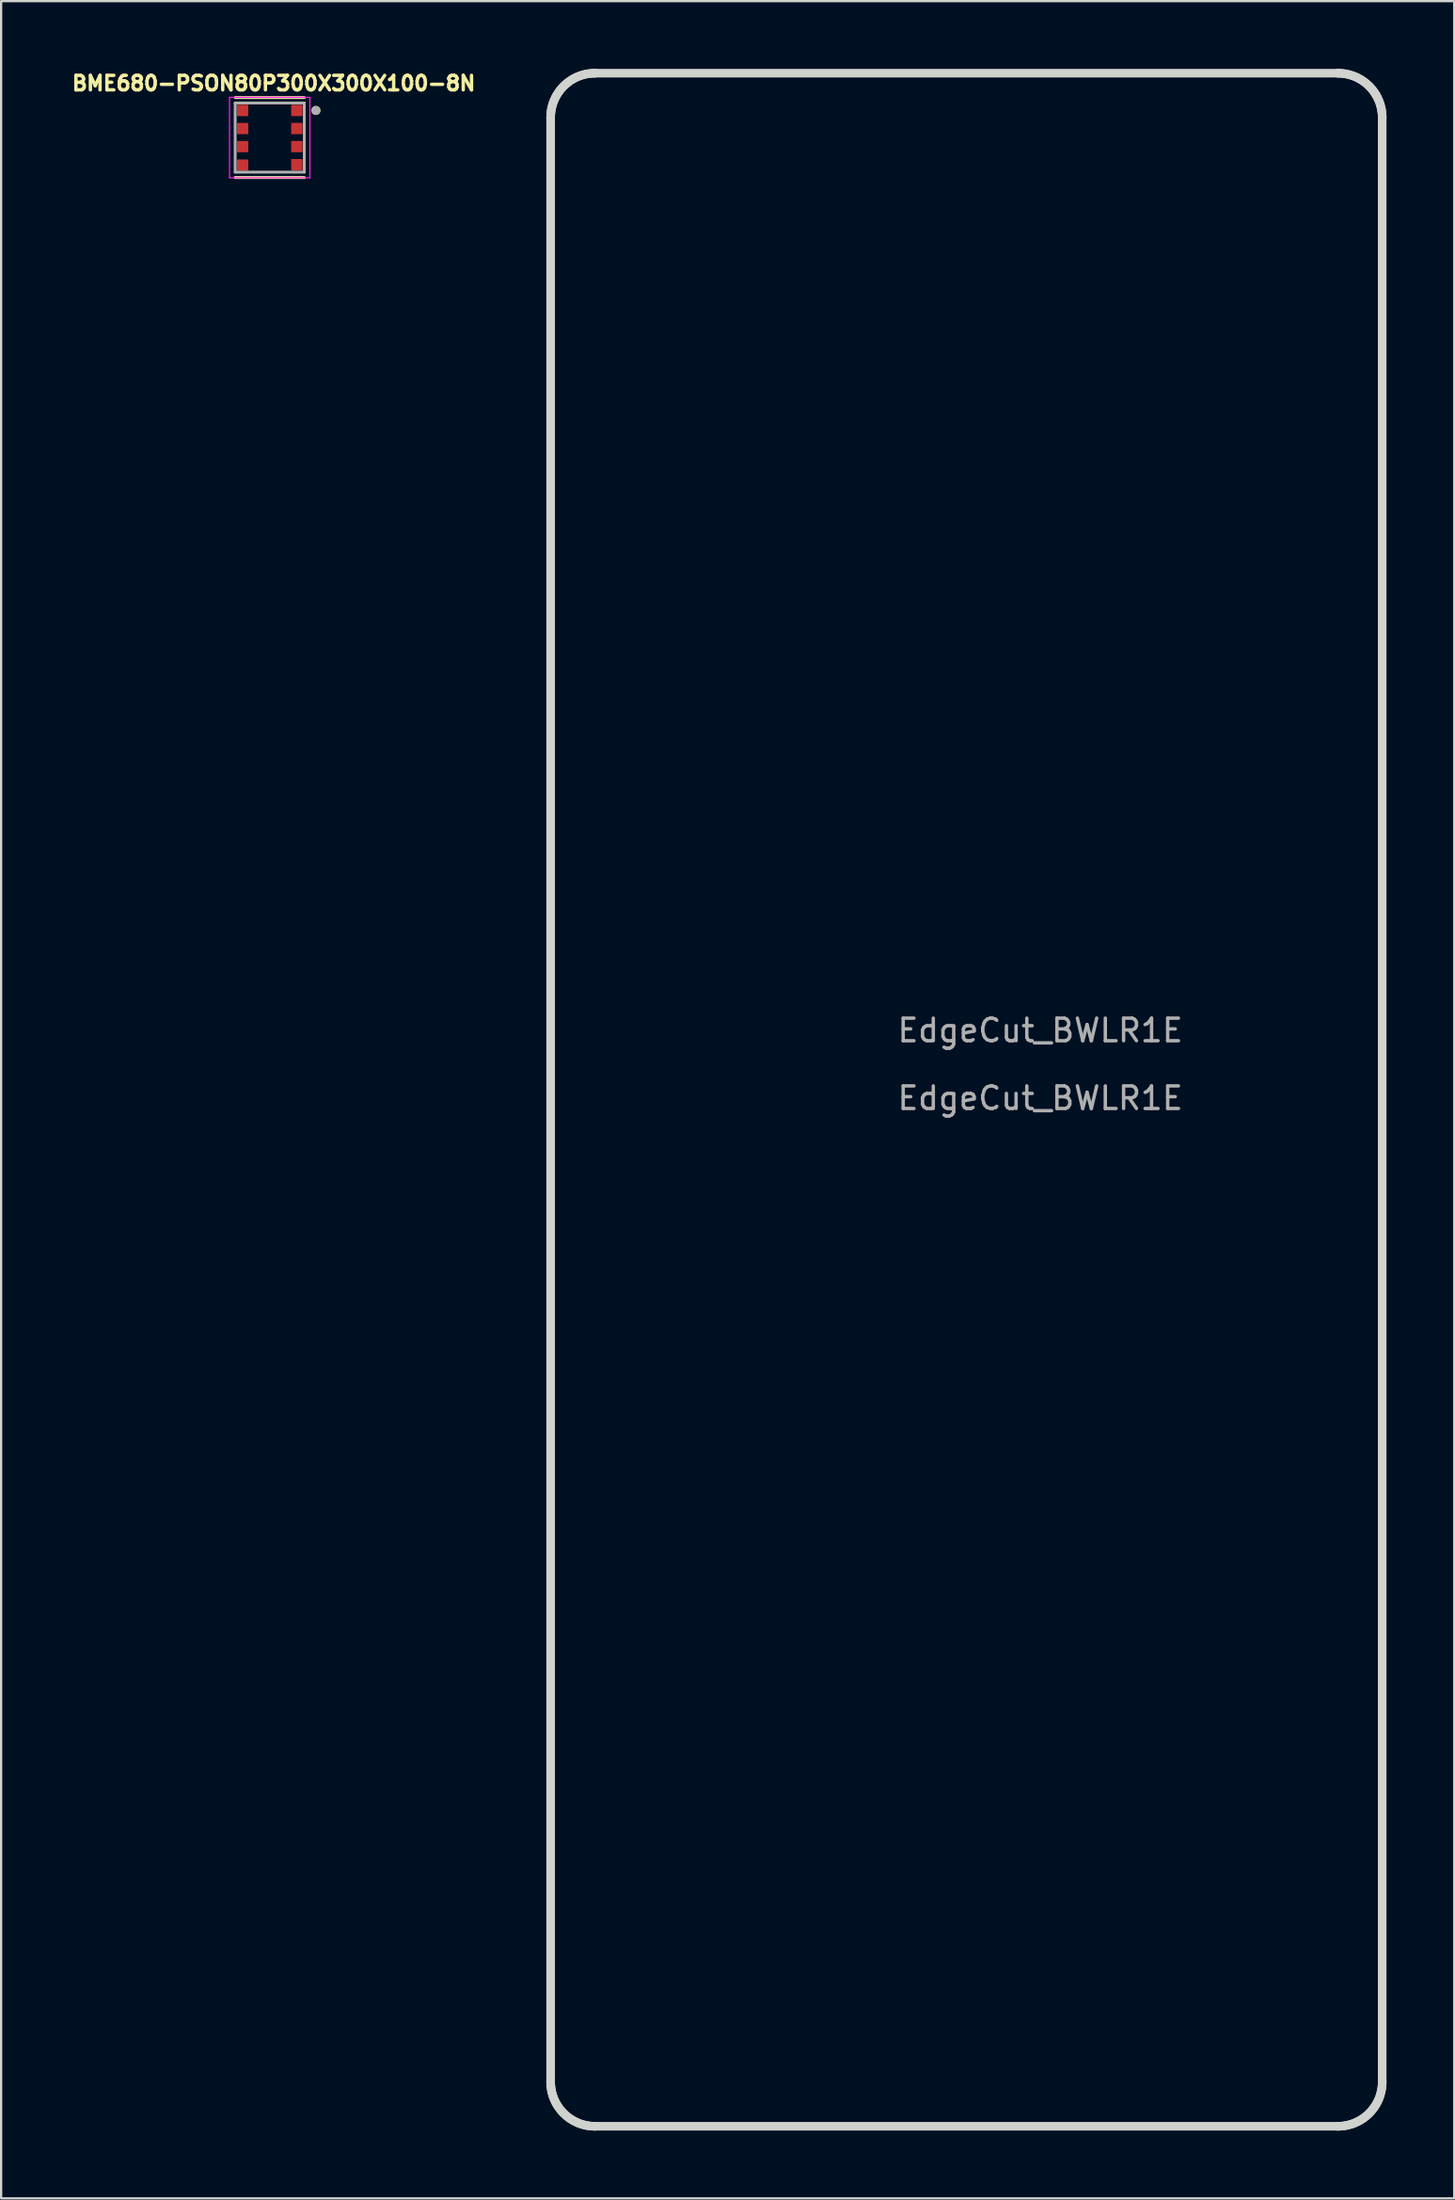
<source format=kicad_pcb>
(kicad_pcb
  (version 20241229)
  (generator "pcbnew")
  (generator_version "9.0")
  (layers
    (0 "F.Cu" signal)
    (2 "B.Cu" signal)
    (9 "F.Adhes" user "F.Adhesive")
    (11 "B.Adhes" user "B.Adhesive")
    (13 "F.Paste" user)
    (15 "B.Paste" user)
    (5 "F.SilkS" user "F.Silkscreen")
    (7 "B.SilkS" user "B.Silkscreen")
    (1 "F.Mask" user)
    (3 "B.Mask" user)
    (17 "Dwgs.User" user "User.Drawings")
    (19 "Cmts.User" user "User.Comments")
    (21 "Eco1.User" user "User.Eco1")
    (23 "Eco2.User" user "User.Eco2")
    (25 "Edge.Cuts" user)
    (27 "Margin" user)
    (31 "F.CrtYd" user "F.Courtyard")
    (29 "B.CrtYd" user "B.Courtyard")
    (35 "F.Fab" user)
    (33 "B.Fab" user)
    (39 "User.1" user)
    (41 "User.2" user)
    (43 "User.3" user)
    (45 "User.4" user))
  (footprint "EdgeCut_BWLR1E"
    (layer "F.Cu")
    (at 43.022 43.065)
    (property "Reference" "EdgeCut_BWLR1E" (at 0 -0.5 0) (unlocked yes) (layer "F.Fab") (effects (font (size 1 1) (thickness 0.15))))
    (attr smd)
    (fp_line (start -21.685 -40.912) (end -21.685 -40.912) (stroke (width 0.381) (type solid)) (layer "Edge.Cuts"))
    (fp_line (start -21.685 -40.912) (end -21.685 -40.912) (stroke (width 0.381) (type solid)) (layer "Edge.Cuts"))
    (fp_line (start -21.685 -40.912) (end -21.682 -41.013) (stroke (width 0.381) (type solid)) (layer "Edge.Cuts"))
    (fp_line (start -21.685 46.047) (end -21.685 -40.912) (stroke (width 0.381) (type solid)) (layer "Edge.Cuts"))
    (fp_line (start -21.685 46.047) (end -21.685 46.047) (stroke (width 0.381) (type solid)) (layer "Edge.Cuts"))
    (fp_line (start -21.682 -41.013) (end -21.675 -41.112) (stroke (width 0.381) (type solid)) (layer "Edge.Cuts"))
    (fp_line (start -21.682 46.148) (end -21.685 46.047) (stroke (width 0.381) (type solid)) (layer "Edge.Cuts"))
    (fp_line (start -21.675 -41.112) (end -21.662 -41.211) (stroke (width 0.381) (type solid)) (layer "Edge.Cuts"))
    (fp_line (start -21.675 46.247) (end -21.682 46.148) (stroke (width 0.381) (type solid)) (layer "Edge.Cuts"))
    (fp_line (start -21.662 -41.211) (end -21.645 -41.307) (stroke (width 0.381) (type solid)) (layer "Edge.Cuts"))
    (fp_line (start -21.662 46.346) (end -21.675 46.247) (stroke (width 0.381) (type solid)) (layer "Edge.Cuts"))
    (fp_line (start -21.645 -41.307) (end -21.623 -41.402) (stroke (width 0.381) (type solid)) (layer "Edge.Cuts"))
    (fp_line (start -21.645 46.442) (end -21.662 46.346) (stroke (width 0.381) (type solid)) (layer "Edge.Cuts"))
    (fp_line (start -21.623 -41.402) (end -21.597 -41.495) (stroke (width 0.381) (type solid)) (layer "Edge.Cuts"))
    (fp_line (start -21.623 46.537) (end -21.645 46.442) (stroke (width 0.381) (type solid)) (layer "Edge.Cuts"))
    (fp_line (start -21.597 -41.495) (end -21.566 -41.587) (stroke (width 0.381) (type solid)) (layer "Edge.Cuts"))
    (fp_line (start -21.597 46.631) (end -21.623 46.537) (stroke (width 0.381) (type solid)) (layer "Edge.Cuts"))
    (fp_line (start -21.566 -41.587) (end -21.53 -41.676) (stroke (width 0.381) (type solid)) (layer "Edge.Cuts"))
    (fp_line (start -21.566 46.722) (end -21.597 46.631) (stroke (width 0.381) (type solid)) (layer "Edge.Cuts"))
    (fp_line (start -21.53 -41.676) (end -21.491 -41.763) (stroke (width 0.381) (type solid)) (layer "Edge.Cuts"))
    (fp_line (start -21.53 46.811) (end -21.566 46.722) (stroke (width 0.381) (type solid)) (layer "Edge.Cuts"))
    (fp_line (start -21.491 -41.763) (end -21.448 -41.847) (stroke (width 0.381) (type solid)) (layer "Edge.Cuts"))
    (fp_line (start -21.491 46.898) (end -21.53 46.811) (stroke (width 0.381) (type solid)) (layer "Edge.Cuts"))
    (fp_line (start -21.448 -41.847) (end -21.401 -41.93) (stroke (width 0.381) (type solid)) (layer "Edge.Cuts"))
    (fp_line (start -21.448 46.983) (end -21.491 46.898) (stroke (width 0.381) (type solid)) (layer "Edge.Cuts"))
    (fp_line (start -21.401 -41.93) (end -21.349 -42.009) (stroke (width 0.381) (type solid)) (layer "Edge.Cuts"))
    (fp_line (start -21.401 47.065) (end -21.448 46.983) (stroke (width 0.381) (type solid)) (layer "Edge.Cuts"))
    (fp_line (start -21.349 -42.009) (end -21.295 -42.086) (stroke (width 0.381) (type solid)) (layer "Edge.Cuts"))
    (fp_line (start -21.349 47.144) (end -21.401 47.065) (stroke (width 0.381) (type solid)) (layer "Edge.Cuts"))
    (fp_line (start -21.295 -42.086) (end -21.236 -42.161) (stroke (width 0.381) (type solid)) (layer "Edge.Cuts"))
    (fp_line (start -21.295 47.221) (end -21.349 47.144) (stroke (width 0.381) (type solid)) (layer "Edge.Cuts"))
    (fp_line (start -21.236 -42.161) (end -21.175 -42.232) (stroke (width 0.381) (type solid)) (layer "Edge.Cuts"))
    (fp_line (start -21.236 47.296) (end -21.295 47.221) (stroke (width 0.381) (type solid)) (layer "Edge.Cuts"))
    (fp_line (start -21.175 -42.232) (end -21.11 -42.3) (stroke (width 0.381) (type solid)) (layer "Edge.Cuts"))
    (fp_line (start -21.175 47.367) (end -21.236 47.296) (stroke (width 0.381) (type solid)) (layer "Edge.Cuts"))
    (fp_line (start -21.11 -42.3) (end -21.042 -42.365) (stroke (width 0.381) (type solid)) (layer "Edge.Cuts"))
    (fp_line (start -21.11 47.435) (end -21.175 47.367) (stroke (width 0.381) (type solid)) (layer "Edge.Cuts"))
    (fp_line (start -21.042 -42.365) (end -20.97 -42.427) (stroke (width 0.381) (type solid)) (layer "Edge.Cuts"))
    (fp_line (start -21.042 47.5) (end -21.11 47.435) (stroke (width 0.381) (type solid)) (layer "Edge.Cuts"))
    (fp_line (start -20.97 -42.427) (end -20.896 -42.485) (stroke (width 0.381) (type solid)) (layer "Edge.Cuts"))
    (fp_line (start -20.97 47.562) (end -21.042 47.5) (stroke (width 0.381) (type solid)) (layer "Edge.Cuts"))
    (fp_line (start -20.896 -42.485) (end -20.819 -42.54) (stroke (width 0.381) (type solid)) (layer "Edge.Cuts"))
    (fp_line (start -20.896 47.62) (end -20.97 47.562) (stroke (width 0.381) (type solid)) (layer "Edge.Cuts"))
    (fp_line (start -20.819 -42.54) (end -20.74 -42.591) (stroke (width 0.381) (type solid)) (layer "Edge.Cuts"))
    (fp_line (start -20.819 47.675) (end -20.896 47.62) (stroke (width 0.381) (type solid)) (layer "Edge.Cuts"))
    (fp_line (start -20.74 -42.591) (end -20.657 -42.638) (stroke (width 0.381) (type solid)) (layer "Edge.Cuts"))
    (fp_line (start -20.74 47.726) (end -20.819 47.675) (stroke (width 0.381) (type solid)) (layer "Edge.Cuts"))
    (fp_line (start -20.657 -42.638) (end -20.573 -42.681) (stroke (width 0.381) (type solid)) (layer "Edge.Cuts"))
    (fp_line (start -20.657 47.773) (end -20.74 47.726) (stroke (width 0.381) (type solid)) (layer "Edge.Cuts"))
    (fp_line (start -20.573 -42.681) (end -20.486 -42.721) (stroke (width 0.381) (type solid)) (layer "Edge.Cuts"))
    (fp_line (start -20.573 47.816) (end -20.657 47.773) (stroke (width 0.381) (type solid)) (layer "Edge.Cuts"))
    (fp_line (start -20.486 -42.721) (end -20.397 -42.756) (stroke (width 0.381) (type solid)) (layer "Edge.Cuts"))
    (fp_line (start -20.486 47.856) (end -20.573 47.816) (stroke (width 0.381) (type solid)) (layer "Edge.Cuts"))
    (fp_line (start -20.397 -42.756) (end -20.305 -42.787) (stroke (width 0.381) (type solid)) (layer "Edge.Cuts"))
    (fp_line (start -20.397 47.891) (end -20.486 47.856) (stroke (width 0.381) (type solid)) (layer "Edge.Cuts"))
    (fp_line (start -20.305 -42.787) (end -20.212 -42.813) (stroke (width 0.381) (type solid)) (layer "Edge.Cuts"))
    (fp_line (start -20.305 47.922) (end -20.397 47.891) (stroke (width 0.381) (type solid)) (layer "Edge.Cuts"))
    (fp_line (start -20.212 -42.813) (end -20.117 -42.835) (stroke (width 0.381) (type solid)) (layer "Edge.Cuts"))
    (fp_line (start -20.212 47.948) (end -20.305 47.922) (stroke (width 0.381) (type solid)) (layer "Edge.Cuts"))
    (fp_line (start -20.117 -42.835) (end -20.02 -42.852) (stroke (width 0.381) (type solid)) (layer "Edge.Cuts"))
    (fp_line (start -20.117 47.97) (end -20.212 47.948) (stroke (width 0.381) (type solid)) (layer "Edge.Cuts"))
    (fp_line (start -20.02 -42.852) (end -19.922 -42.865) (stroke (width 0.381) (type solid)) (layer "Edge.Cuts"))
    (fp_line (start -20.02 47.987) (end -20.117 47.97) (stroke (width 0.381) (type solid)) (layer "Edge.Cuts"))
    (fp_line (start -19.922 -42.865) (end -19.823 -42.872) (stroke (width 0.381) (type solid)) (layer "Edge.Cuts"))
    (fp_line (start -19.922 48) (end -20.02 47.987) (stroke (width 0.381) (type solid)) (layer "Edge.Cuts"))
    (fp_line (start -19.823 -42.872) (end -19.721 -42.875) (stroke (width 0.381) (type solid)) (layer "Edge.Cuts"))
    (fp_line (start -19.823 48.007) (end -19.922 48) (stroke (width 0.381) (type solid)) (layer "Edge.Cuts"))
    (fp_line (start -19.721 -42.875) (end -19.721 -42.875) (stroke (width 0.381) (type solid)) (layer "Edge.Cuts"))
    (fp_line (start -19.721 -42.875) (end 13.18 -42.875) (stroke (width 0.381) (type solid)) (layer "Edge.Cuts"))
    (fp_line (start -19.721 48.01) (end -19.823 48.007) (stroke (width 0.381) (type solid)) (layer "Edge.Cuts"))
    (fp_line (start -19.721 48.01) (end -19.721 48.01) (stroke (width 0.381) (type solid)) (layer "Edge.Cuts"))
    (fp_line (start 13.18 -42.875) (end 13.18 -42.875) (stroke (width 0.381) (type solid)) (layer "Edge.Cuts"))
    (fp_line (start 13.18 -42.875) (end 13.277 -42.873) (stroke (width 0.381) (type solid)) (layer "Edge.Cuts"))
    (fp_line (start 13.18 48.01) (end -19.721 48.01) (stroke (width 0.381) (type solid)) (layer "Edge.Cuts"))
    (fp_line (start 13.18 48.01) (end 13.18 48.01) (stroke (width 0.381) (type solid)) (layer "Edge.Cuts"))
    (fp_line (start 13.277 -42.873) (end 13.374 -42.865) (stroke (width 0.381) (type solid)) (layer "Edge.Cuts"))
    (fp_line (start 13.281 48.007) (end 13.18 48.01) (stroke (width 0.381) (type solid)) (layer "Edge.Cuts"))
    (fp_line (start 13.374 -42.865) (end 13.47 -42.853) (stroke (width 0.381) (type solid)) (layer "Edge.Cuts"))
    (fp_line (start 13.381 48) (end 13.281 48.007) (stroke (width 0.381) (type solid)) (layer "Edge.Cuts"))
    (fp_line (start 13.47 -42.853) (end 13.565 -42.837) (stroke (width 0.381) (type solid)) (layer "Edge.Cuts"))
    (fp_line (start 13.479 47.987) (end 13.381 48) (stroke (width 0.381) (type solid)) (layer "Edge.Cuts"))
    (fp_line (start 13.565 -42.837) (end 13.658 -42.816) (stroke (width 0.381) (type solid)) (layer "Edge.Cuts"))
    (fp_line (start 13.576 47.97) (end 13.479 47.987) (stroke (width 0.381) (type solid)) (layer "Edge.Cuts"))
    (fp_line (start 13.658 -42.816) (end 13.751 -42.79) (stroke (width 0.381) (type solid)) (layer "Edge.Cuts"))
    (fp_line (start 13.671 47.948) (end 13.576 47.97) (stroke (width 0.381) (type solid)) (layer "Edge.Cuts"))
    (fp_line (start 13.751 -42.79) (end 13.842 -42.76) (stroke (width 0.381) (type solid)) (layer "Edge.Cuts"))
    (fp_line (start 13.764 47.922) (end 13.671 47.948) (stroke (width 0.381) (type solid)) (layer "Edge.Cuts"))
    (fp_line (start 13.842 -42.76) (end 13.931 -42.726) (stroke (width 0.381) (type solid)) (layer "Edge.Cuts"))
    (fp_line (start 13.855 47.891) (end 13.764 47.922) (stroke (width 0.381) (type solid)) (layer "Edge.Cuts"))
    (fp_line (start 13.931 -42.726) (end 14.019 -42.687) (stroke (width 0.381) (type solid)) (layer "Edge.Cuts"))
    (fp_line (start 13.944 47.856) (end 13.855 47.891) (stroke (width 0.381) (type solid)) (layer "Edge.Cuts"))
    (fp_line (start 14.019 -42.687) (end 14.104 -42.644) (stroke (width 0.381) (type solid)) (layer "Edge.Cuts"))
    (fp_line (start 14.031 47.816) (end 13.944 47.856) (stroke (width 0.381) (type solid)) (layer "Edge.Cuts"))
    (fp_line (start 14.104 -42.644) (end 14.188 -42.596) (stroke (width 0.381) (type solid)) (layer "Edge.Cuts"))
    (fp_line (start 14.116 47.773) (end 14.031 47.816) (stroke (width 0.381) (type solid)) (layer "Edge.Cuts"))
    (fp_line (start 14.188 -42.596) (end 14.269 -42.545) (stroke (width 0.381) (type solid)) (layer "Edge.Cuts"))
    (fp_line (start 14.198 47.726) (end 14.116 47.773) (stroke (width 0.381) (type solid)) (layer "Edge.Cuts"))
    (fp_line (start 14.269 -42.545) (end 14.348 -42.49) (stroke (width 0.381) (type solid)) (layer "Edge.Cuts"))
    (fp_line (start 14.278 47.675) (end 14.198 47.726) (stroke (width 0.381) (type solid)) (layer "Edge.Cuts"))
    (fp_line (start 14.348 -42.49) (end 14.424 -42.43) (stroke (width 0.381) (type solid)) (layer "Edge.Cuts"))
    (fp_line (start 14.355 47.62) (end 14.278 47.675) (stroke (width 0.381) (type solid)) (layer "Edge.Cuts"))
    (fp_line (start 14.424 -42.43) (end 14.498 -42.367) (stroke (width 0.381) (type solid)) (layer "Edge.Cuts"))
    (fp_line (start 14.429 47.562) (end 14.355 47.62) (stroke (width 0.381) (type solid)) (layer "Edge.Cuts"))
    (fp_line (start 14.498 -42.367) (end 14.568 -42.3) (stroke (width 0.381) (type solid)) (layer "Edge.Cuts"))
    (fp_line (start 14.5 47.5) (end 14.429 47.562) (stroke (width 0.381) (type solid)) (layer "Edge.Cuts"))
    (fp_line (start 14.568 47.435) (end 14.5 47.5) (stroke (width 0.381) (type solid)) (layer "Edge.Cuts"))
    (fp_line (start 14.568 -42.3) (end 14.568 -42.3) (stroke (width 0.381) (type solid)) (layer "Edge.Cuts"))
    (fp_line (start 14.568 -42.3) (end 14.635 -42.229) (stroke (width 0.381) (type solid)) (layer "Edge.Cuts"))
    (fp_line (start 14.633 47.367) (end 14.568 47.435) (stroke (width 0.381) (type solid)) (layer "Edge.Cuts"))
    (fp_line (start 14.635 -42.229) (end 14.699 -42.156) (stroke (width 0.381) (type solid)) (layer "Edge.Cuts"))
    (fp_line (start 14.695 47.296) (end 14.633 47.367) (stroke (width 0.381) (type solid)) (layer "Edge.Cuts"))
    (fp_line (start 14.699 -42.156) (end 14.758 -42.08) (stroke (width 0.381) (type solid)) (layer "Edge.Cuts"))
    (fp_line (start 14.753 47.221) (end 14.695 47.296) (stroke (width 0.381) (type solid)) (layer "Edge.Cuts"))
    (fp_line (start 14.758 -42.08) (end 14.813 -42.001) (stroke (width 0.381) (type solid)) (layer "Edge.Cuts"))
    (fp_line (start 14.808 47.144) (end 14.753 47.221) (stroke (width 0.381) (type solid)) (layer "Edge.Cuts"))
    (fp_line (start 14.813 -42.001) (end 14.865 -41.92) (stroke (width 0.381) (type solid)) (layer "Edge.Cuts"))
    (fp_line (start 14.859 47.065) (end 14.808 47.144) (stroke (width 0.381) (type solid)) (layer "Edge.Cuts"))
    (fp_line (start 14.865 -41.92) (end 14.912 -41.836) (stroke (width 0.381) (type solid)) (layer "Edge.Cuts"))
    (fp_line (start 14.906 46.983) (end 14.859 47.065) (stroke (width 0.381) (type solid)) (layer "Edge.Cuts"))
    (fp_line (start 14.912 -41.836) (end 14.955 -41.751) (stroke (width 0.381) (type solid)) (layer "Edge.Cuts"))
    (fp_line (start 14.95 46.898) (end 14.906 46.983) (stroke (width 0.381) (type solid)) (layer "Edge.Cuts"))
    (fp_line (start 14.955 -41.751) (end 14.994 -41.663) (stroke (width 0.381) (type solid)) (layer "Edge.Cuts"))
    (fp_line (start 14.989 46.811) (end 14.95 46.898) (stroke (width 0.381) (type solid)) (layer "Edge.Cuts"))
    (fp_line (start 14.994 -41.663) (end 15.028 -41.574) (stroke (width 0.381) (type solid)) (layer "Edge.Cuts"))
    (fp_line (start 15.024 46.722) (end 14.989 46.811) (stroke (width 0.381) (type solid)) (layer "Edge.Cuts"))
    (fp_line (start 15.028 -41.574) (end 15.058 -41.483) (stroke (width 0.381) (type solid)) (layer "Edge.Cuts"))
    (fp_line (start 15.055 46.631) (end 15.024 46.722) (stroke (width 0.381) (type solid)) (layer "Edge.Cuts"))
    (fp_line (start 15.058 -41.483) (end 15.084 -41.39) (stroke (width 0.381) (type solid)) (layer "Edge.Cuts"))
    (fp_line (start 15.081 46.537) (end 15.055 46.631) (stroke (width 0.381) (type solid)) (layer "Edge.Cuts"))
    (fp_line (start 15.084 -41.39) (end 15.105 -41.296) (stroke (width 0.381) (type solid)) (layer "Edge.Cuts"))
    (fp_line (start 15.103 46.442) (end 15.081 46.537) (stroke (width 0.381) (type solid)) (layer "Edge.Cuts"))
    (fp_line (start 15.105 -41.296) (end 15.122 -41.202) (stroke (width 0.381) (type solid)) (layer "Edge.Cuts"))
    (fp_line (start 15.121 46.346) (end 15.103 46.442) (stroke (width 0.381) (type solid)) (layer "Edge.Cuts"))
    (fp_line (start 15.122 -41.202) (end 15.134 -41.106) (stroke (width 0.381) (type solid)) (layer "Edge.Cuts"))
    (fp_line (start 15.133 46.247) (end 15.121 46.346) (stroke (width 0.381) (type solid)) (layer "Edge.Cuts"))
    (fp_line (start 15.134 -41.106) (end 15.141 -41.009) (stroke (width 0.381) (type solid)) (layer "Edge.Cuts"))
    (fp_line (start 15.141 46.148) (end 15.133 46.247) (stroke (width 0.381) (type solid)) (layer "Edge.Cuts"))
    (fp_line (start 15.141 -41.009) (end 15.143 -40.912) (stroke (width 0.381) (type solid)) (layer "Edge.Cuts"))
    (fp_line (start 15.143 -40.912) (end 15.143 -40.912) (stroke (width 0.381) (type solid)) (layer "Edge.Cuts"))
    (fp_line (start 15.143 -40.912) (end 15.143 46.047) (stroke (width 0.381) (type solid)) (layer "Edge.Cuts"))
    (fp_line (start 15.143 46.047) (end 15.141 46.148) (stroke (width 0.381) (type solid)) (layer "Edge.Cuts"))
    (fp_line (start 15.143 46.047) (end 15.143 46.047) (stroke (width 0.381) (type solid)) (layer "Edge.Cuts"))
    (fp_text user "${REFERENCE}" (at 0 2.5 0) (unlocked yes) (layer "F.Fab") (effects (font (size 1 1) (thickness 0.15)))))
  (footprint "BME680-PSON80P300X300X100-8N"
    (layer "F.Cu")
    (at 8.896 3.039)
    (property "Reference" "BME680-PSON80P300X300X100-8N" (at 0.177 -2.401 0) (layer "F.SilkS") (effects (font (size 0.641 0.641) (thickness 0.15))))
    (attr smd)
    (fp_line (start -1.53 1.77) (end 1.53 1.77) (stroke (width 0.127) (type solid)) (layer "F.SilkS"))
    (fp_line (start 1.53 -1.77) (end -1.53 -1.77) (stroke (width 0.127) (type solid)) (layer "F.SilkS"))
    (fp_circle (center 2.045 -1.2) (end 2.145 -1.2) (stroke (width 0.2) (type solid)) (fill no) (layer "F.SilkS"))
    (fp_line (start -1.78 -1.78) (end 1.78 -1.78) (stroke (width 0.05) (type solid)) (layer "F.CrtYd"))
    (fp_line (start -1.78 1.78) (end -1.78 -1.78) (stroke (width 0.05) (type solid)) (layer "F.CrtYd"))
    (fp_line (start 1.78 -1.78) (end 1.78 1.78) (stroke (width 0.05) (type solid)) (layer "F.CrtYd"))
    (fp_line (start 1.78 1.78) (end -1.78 1.78) (stroke (width 0.05) (type solid)) (layer "F.CrtYd"))
    (fp_line (start -1.53 -1.53) (end -1.53 1.53) (stroke (width 0.127) (type solid)) (layer "F.Fab"))
    (fp_line (start -1.53 1.53) (end 1.53 1.53) (stroke (width 0.127) (type solid)) (layer "F.Fab"))
    (fp_line (start 1.53 -1.53) (end -1.53 -1.53) (stroke (width 0.127) (type solid)) (layer "F.Fab"))
    (fp_line (start 1.53 1.53) (end 1.53 -1.53) (stroke (width 0.127) (type solid)) (layer "F.Fab"))
    (fp_circle (center 2.045 -1.2) (end 2.145 -1.2) (stroke (width 0.2) (type solid)) (fill no) (layer "F.Fab"))
    (pad "1" smd roundrect (at 1.2 -1.2) (size 0.5 0.5) (layers "F.Cu" "F.Mask" "F.Paste") (roundrect_rratio 0.06))
    (pad "2" smd roundrect (at 1.2 -0.4) (size 0.5 0.5) (layers "F.Cu" "F.Mask" "F.Paste") (roundrect_rratio 0.06))
    (pad "3" smd roundrect (at 1.2 0.4) (size 0.5 0.5) (layers "F.Cu" "F.Mask" "F.Paste") (roundrect_rratio 0.06))
    (pad "4" smd roundrect (at 1.2 1.2) (size 0.5 0.5) (layers "F.Cu" "F.Mask" "F.Paste") (roundrect_rratio 0.06))
    (pad "5" smd roundrect (at -1.2 1.22) (size 0.5 0.5) (layers "F.Cu" "F.Mask" "F.Paste") (roundrect_rratio 0.06))
    (pad "6" smd roundrect (at -1.2 0.4) (size 0.5 0.5) (layers "F.Cu" "F.Mask" "F.Paste") (roundrect_rratio 0.06))
    (pad "7" smd roundrect (at -1.2 -0.4) (size 0.5 0.5) (layers "F.Cu" "F.Mask" "F.Paste") (roundrect_rratio 0.06))
    (pad "8" smd roundrect (at -1.2 -1.2) (size 0.5 0.5) (layers "F.Cu" "F.Mask" "F.Paste") (roundrect_rratio 0.06)))
  (gr_rect
    (start -3 -3)
    (end 61.355 94.266)
    (stroke (width 0.1) (type default))
    (fill no)
    (layer "Edge.Cuts")))
</source>
